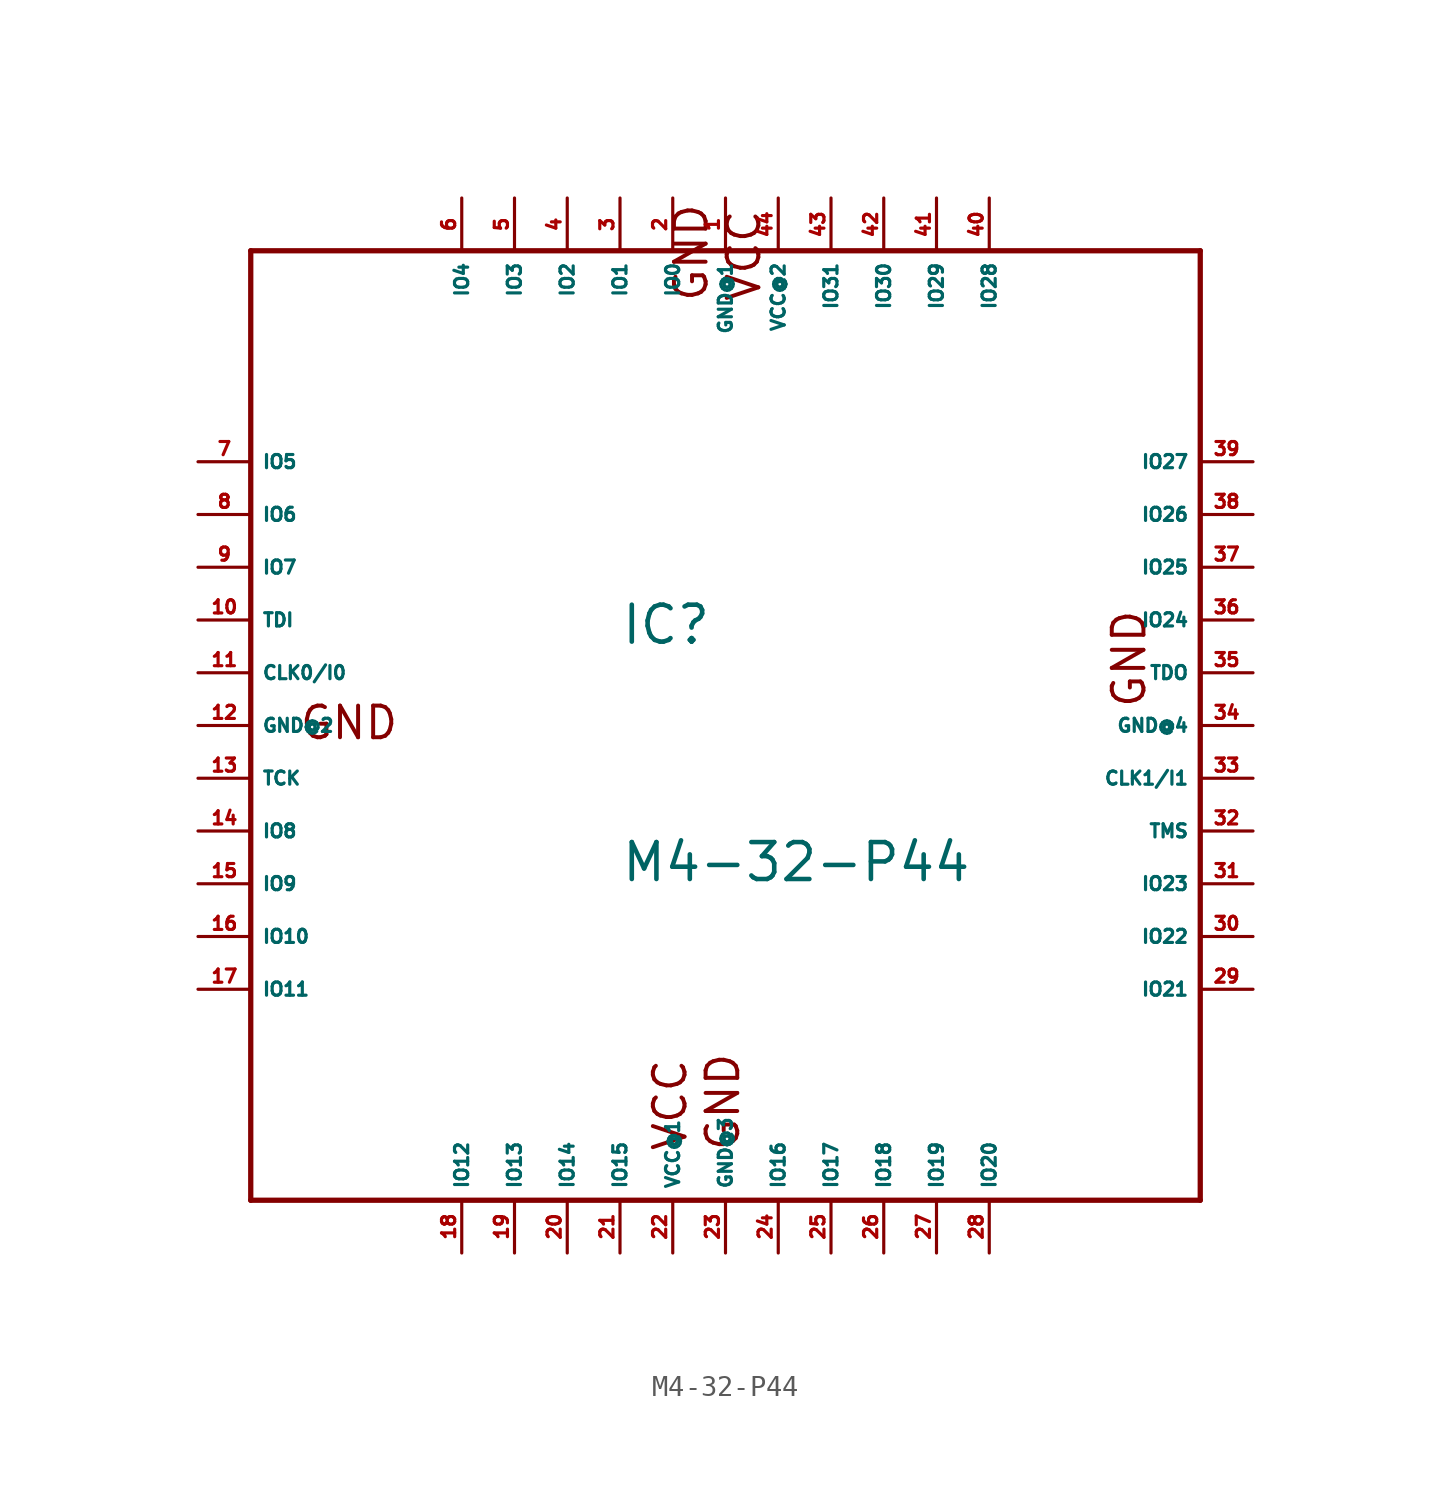
<source format=kicad_sym>
(kicad_symbol_lib
  (version 20220914)
  (generator Eagle2Kicad)
  (symbol "M4-32-P44"
    (property "Reference" "IC"
      (at -5.08 3.81 0)
      (effects (font (size 1.778 1.778) (thickness 0.22)) (justify left bottom)))
    (property "Value" "M4-32-P44"
      (at -5.08 -7.62 0)
      (effects (font (size 1.778 1.778) (thickness 0.22)) (justify left bottom)))
    (polyline
      (pts (xy -22.86 22.86) (xy -22.86 -22.86))
      (stroke (width 0.254) (type default))
      (fill (type none)))
    (polyline
      (pts (xy -22.86 -22.86) (xy 22.86 -22.86))
      (stroke (width 0.254) (type default))
      (fill (type none)))
    (polyline
      (pts (xy 22.86 -22.86) (xy 22.86 22.86))
      (stroke (width 0.254) (type default))
      (fill (type none)))
    (polyline
      (pts (xy 22.86 22.86) (xy -22.86 22.86))
      (stroke (width 0.254) (type default))
      (fill (type none)))
    (text "GND"
      (at -20.574 -0.762 0)
      (effects (font (size 1.524 1.524) (thickness 0.19)) (justify left bottom)))
    (text "GND"
      (at 0.762 -20.574 900)
      (effects (font (size 1.524 1.524) (thickness 0.19)) (justify left bottom)))
    (text "GND"
      (at 20.32 0.762 1800)
      (effects (font (size 1.524 1.524) (thickness 0.19)) (justify left bottom)))
    (text "GND"
      (at -0.762 20.32 2700)
      (effects (font (size 1.524 1.524) (thickness 0.19)) (justify left bottom)))
    (text "VCC"
      (at 1.778 20.32 2700)
      (effects (font (size 1.524 1.524) (thickness 0.19)) (justify left bottom)))
    (text "VCC"
      (at -1.778 -20.574 900)
      (effects (font (size 1.524 1.524) (thickness 0.19)) (justify left bottom)))
    (pin input line
      (at -25.4 2.54 0)
      (length 2.54)
      (name "CLK0/I0" (effects (font (size 0.635 0.635) (thickness 0.08)) (justify left bottom)))
      (number "11" (effects (font (size 0.635 0.635) (thickness 0.08)) (justify left bottom))))
    (pin input line
      (at 25.4 -2.54 180)
      (length 2.54)
      (name "CLK1/I1" (effects (font (size 0.635 0.635) (thickness 0.08)) (justify left bottom)))
      (number "33" (effects (font (size 0.635 0.635) (thickness 0.08)) (justify left bottom))))
    (pin input line
      (at -25.4 5.08 0)
      (length 2.54)
      (name "TDI" (effects (font (size 0.635 0.635) (thickness 0.08)) (justify left bottom)))
      (number "10" (effects (font (size 0.635 0.635) (thickness 0.08)) (justify left bottom))))
    (pin input line
      (at -25.4 -2.54 0)
      (length 2.54)
      (name "TCK" (effects (font (size 0.635 0.635) (thickness 0.08)) (justify left bottom)))
      (number "13" (effects (font (size 0.635 0.635) (thickness 0.08)) (justify left bottom))))
    (pin input line
      (at 25.4 -5.08 180)
      (length 2.54)
      (name "TMS" (effects (font (size 0.635 0.635) (thickness 0.08)) (justify left bottom)))
      (number "32" (effects (font (size 0.635 0.635) (thickness 0.08)) (justify left bottom))))
    (pin output line
      (at 25.4 2.54 180)
      (length 2.54)
      (name "TDO" (effects (font (size 0.635 0.635) (thickness 0.08)) (justify left bottom)))
      (number "35" (effects (font (size 0.635 0.635) (thickness 0.08)) (justify left bottom))))
    (pin bidirectional line
      (at -2.54 25.4 270)
      (length 2.54)
      (name "IO0" (effects (font (size 0.635 0.635) (thickness 0.08)) (justify left bottom)))
      (number "2" (effects (font (size 0.635 0.635) (thickness 0.08)) (justify left bottom))))
    (pin bidirectional line
      (at -5.08 25.4 270)
      (length 2.54)
      (name "IO1" (effects (font (size 0.635 0.635) (thickness 0.08)) (justify left bottom)))
      (number "3" (effects (font (size 0.635 0.635) (thickness 0.08)) (justify left bottom))))
    (pin bidirectional line
      (at -7.62 25.4 270)
      (length 2.54)
      (name "IO2" (effects (font (size 0.635 0.635) (thickness 0.08)) (justify left bottom)))
      (number "4" (effects (font (size 0.635 0.635) (thickness 0.08)) (justify left bottom))))
    (pin bidirectional line
      (at -10.16 25.4 270)
      (length 2.54)
      (name "IO3" (effects (font (size 0.635 0.635) (thickness 0.08)) (justify left bottom)))
      (number "5" (effects (font (size 0.635 0.635) (thickness 0.08)) (justify left bottom))))
    (pin bidirectional line
      (at -12.7 25.4 270)
      (length 2.54)
      (name "IO4" (effects (font (size 0.635 0.635) (thickness 0.08)) (justify left bottom)))
      (number "6" (effects (font (size 0.635 0.635) (thickness 0.08)) (justify left bottom))))
    (pin bidirectional line
      (at -25.4 12.7 0)
      (length 2.54)
      (name "IO5" (effects (font (size 0.635 0.635) (thickness 0.08)) (justify left bottom)))
      (number "7" (effects (font (size 0.635 0.635) (thickness 0.08)) (justify left bottom))))
    (pin bidirectional line
      (at -25.4 10.16 0)
      (length 2.54)
      (name "IO6" (effects (font (size 0.635 0.635) (thickness 0.08)) (justify left bottom)))
      (number "8" (effects (font (size 0.635 0.635) (thickness 0.08)) (justify left bottom))))
    (pin bidirectional line
      (at -25.4 7.62 0)
      (length 2.54)
      (name "IO7" (effects (font (size 0.635 0.635) (thickness 0.08)) (justify left bottom)))
      (number "9" (effects (font (size 0.635 0.635) (thickness 0.08)) (justify left bottom))))
    (pin bidirectional line
      (at -25.4 -5.08 0)
      (length 2.54)
      (name "IO8" (effects (font (size 0.635 0.635) (thickness 0.08)) (justify left bottom)))
      (number "14" (effects (font (size 0.635 0.635) (thickness 0.08)) (justify left bottom))))
    (pin bidirectional line
      (at -25.4 -7.62 0)
      (length 2.54)
      (name "IO9" (effects (font (size 0.635 0.635) (thickness 0.08)) (justify left bottom)))
      (number "15" (effects (font (size 0.635 0.635) (thickness 0.08)) (justify left bottom))))
    (pin bidirectional line
      (at -25.4 -10.16 0)
      (length 2.54)
      (name "IO10" (effects (font (size 0.635 0.635) (thickness 0.08)) (justify left bottom)))
      (number "16" (effects (font (size 0.635 0.635) (thickness 0.08)) (justify left bottom))))
    (pin bidirectional line
      (at -25.4 -12.7 0)
      (length 2.54)
      (name "IO11" (effects (font (size 0.635 0.635) (thickness 0.08)) (justify left bottom)))
      (number "17" (effects (font (size 0.635 0.635) (thickness 0.08)) (justify left bottom))))
    (pin bidirectional line
      (at -12.7 -25.4 90)
      (length 2.54)
      (name "IO12" (effects (font (size 0.635 0.635) (thickness 0.08)) (justify left bottom)))
      (number "18" (effects (font (size 0.635 0.635) (thickness 0.08)) (justify left bottom))))
    (pin bidirectional line
      (at -10.16 -25.4 90)
      (length 2.54)
      (name "IO13" (effects (font (size 0.635 0.635) (thickness 0.08)) (justify left bottom)))
      (number "19" (effects (font (size 0.635 0.635) (thickness 0.08)) (justify left bottom))))
    (pin bidirectional line
      (at -7.62 -25.4 90)
      (length 2.54)
      (name "IO14" (effects (font (size 0.635 0.635) (thickness 0.08)) (justify left bottom)))
      (number "20" (effects (font (size 0.635 0.635) (thickness 0.08)) (justify left bottom))))
    (pin bidirectional line
      (at -5.08 -25.4 90)
      (length 2.54)
      (name "IO15" (effects (font (size 0.635 0.635) (thickness 0.08)) (justify left bottom)))
      (number "21" (effects (font (size 0.635 0.635) (thickness 0.08)) (justify left bottom))))
    (pin bidirectional line
      (at 2.54 -25.4 90)
      (length 2.54)
      (name "IO16" (effects (font (size 0.635 0.635) (thickness 0.08)) (justify left bottom)))
      (number "24" (effects (font (size 0.635 0.635) (thickness 0.08)) (justify left bottom))))
    (pin bidirectional line
      (at 5.08 -25.4 90)
      (length 2.54)
      (name "IO17" (effects (font (size 0.635 0.635) (thickness 0.08)) (justify left bottom)))
      (number "25" (effects (font (size 0.635 0.635) (thickness 0.08)) (justify left bottom))))
    (pin bidirectional line
      (at 7.62 -25.4 90)
      (length 2.54)
      (name "IO18" (effects (font (size 0.635 0.635) (thickness 0.08)) (justify left bottom)))
      (number "26" (effects (font (size 0.635 0.635) (thickness 0.08)) (justify left bottom))))
    (pin bidirectional line
      (at 10.16 -25.4 90)
      (length 2.54)
      (name "IO19" (effects (font (size 0.635 0.635) (thickness 0.08)) (justify left bottom)))
      (number "27" (effects (font (size 0.635 0.635) (thickness 0.08)) (justify left bottom))))
    (pin bidirectional line
      (at 12.7 -25.4 90)
      (length 2.54)
      (name "IO20" (effects (font (size 0.635 0.635) (thickness 0.08)) (justify left bottom)))
      (number "28" (effects (font (size 0.635 0.635) (thickness 0.08)) (justify left bottom))))
    (pin bidirectional line
      (at 25.4 -12.7 180)
      (length 2.54)
      (name "IO21" (effects (font (size 0.635 0.635) (thickness 0.08)) (justify left bottom)))
      (number "29" (effects (font (size 0.635 0.635) (thickness 0.08)) (justify left bottom))))
    (pin bidirectional line
      (at 25.4 -10.16 180)
      (length 2.54)
      (name "IO22" (effects (font (size 0.635 0.635) (thickness 0.08)) (justify left bottom)))
      (number "30" (effects (font (size 0.635 0.635) (thickness 0.08)) (justify left bottom))))
    (pin bidirectional line
      (at 25.4 -7.62 180)
      (length 2.54)
      (name "IO23" (effects (font (size 0.635 0.635) (thickness 0.08)) (justify left bottom)))
      (number "31" (effects (font (size 0.635 0.635) (thickness 0.08)) (justify left bottom))))
    (pin bidirectional line
      (at 25.4 5.08 180)
      (length 2.54)
      (name "IO24" (effects (font (size 0.635 0.635) (thickness 0.08)) (justify left bottom)))
      (number "36" (effects (font (size 0.635 0.635) (thickness 0.08)) (justify left bottom))))
    (pin bidirectional line
      (at 25.4 7.62 180)
      (length 2.54)
      (name "IO25" (effects (font (size 0.635 0.635) (thickness 0.08)) (justify left bottom)))
      (number "37" (effects (font (size 0.635 0.635) (thickness 0.08)) (justify left bottom))))
    (pin bidirectional line
      (at 25.4 10.16 180)
      (length 2.54)
      (name "IO26" (effects (font (size 0.635 0.635) (thickness 0.08)) (justify left bottom)))
      (number "38" (effects (font (size 0.635 0.635) (thickness 0.08)) (justify left bottom))))
    (pin bidirectional line
      (at 25.4 12.7 180)
      (length 2.54)
      (name "IO27" (effects (font (size 0.635 0.635) (thickness 0.08)) (justify left bottom)))
      (number "39" (effects (font (size 0.635 0.635) (thickness 0.08)) (justify left bottom))))
    (pin bidirectional line
      (at 12.7 25.4 270)
      (length 2.54)
      (name "IO28" (effects (font (size 0.635 0.635) (thickness 0.08)) (justify left bottom)))
      (number "40" (effects (font (size 0.635 0.635) (thickness 0.08)) (justify left bottom))))
    (pin bidirectional line
      (at 10.16 25.4 270)
      (length 2.54)
      (name "IO29" (effects (font (size 0.635 0.635) (thickness 0.08)) (justify left bottom)))
      (number "41" (effects (font (size 0.635 0.635) (thickness 0.08)) (justify left bottom))))
    (pin bidirectional line
      (at 7.62 25.4 270)
      (length 2.54)
      (name "IO30" (effects (font (size 0.635 0.635) (thickness 0.08)) (justify left bottom)))
      (number "42" (effects (font (size 0.635 0.635) (thickness 0.08)) (justify left bottom))))
    (pin bidirectional line
      (at 5.08 25.4 270)
      (length 2.54)
      (name "IO31" (effects (font (size 0.635 0.635) (thickness 0.08)) (justify left bottom)))
      (number "43" (effects (font (size 0.635 0.635) (thickness 0.08)) (justify left bottom))))
    (pin unspecified line
      (at 0 25.4 270)
      (length 2.54)
      (name "GND@1" (effects (font (size 0.635 0.635) (thickness 0.08)) (justify left bottom)))
      (number "1" (effects (font (size 0.635 0.635) (thickness 0.08)) (justify left bottom))))
    (pin unspecified line
      (at -25.4 0 0)
      (length 2.54)
      (name "GND@2" (effects (font (size 0.635 0.635) (thickness 0.08)) (justify left bottom)))
      (number "12" (effects (font (size 0.635 0.635) (thickness 0.08)) (justify left bottom))))
    (pin unspecified line
      (at 0 -25.4 90)
      (length 2.54)
      (name "GND@3" (effects (font (size 0.635 0.635) (thickness 0.08)) (justify left bottom)))
      (number "23" (effects (font (size 0.635 0.635) (thickness 0.08)) (justify left bottom))))
    (pin unspecified line
      (at 25.4 0 180)
      (length 2.54)
      (name "GND@4" (effects (font (size 0.635 0.635) (thickness 0.08)) (justify left bottom)))
      (number "34" (effects (font (size 0.635 0.635) (thickness 0.08)) (justify left bottom))))
    (pin unspecified line
      (at -2.54 -25.4 90)
      (length 2.54)
      (name "VCC@1" (effects (font (size 0.635 0.635) (thickness 0.08)) (justify left bottom)))
      (number "22" (effects (font (size 0.635 0.635) (thickness 0.08)) (justify left bottom))))
    (pin unspecified line
      (at 2.54 25.4 270)
      (length 2.54)
      (name "VCC@2" (effects (font (size 0.635 0.635) (thickness 0.08)) (justify left bottom)))
      (number "44" (effects (font (size 0.635 0.635) (thickness 0.08)) (justify left bottom))))))
</source>
